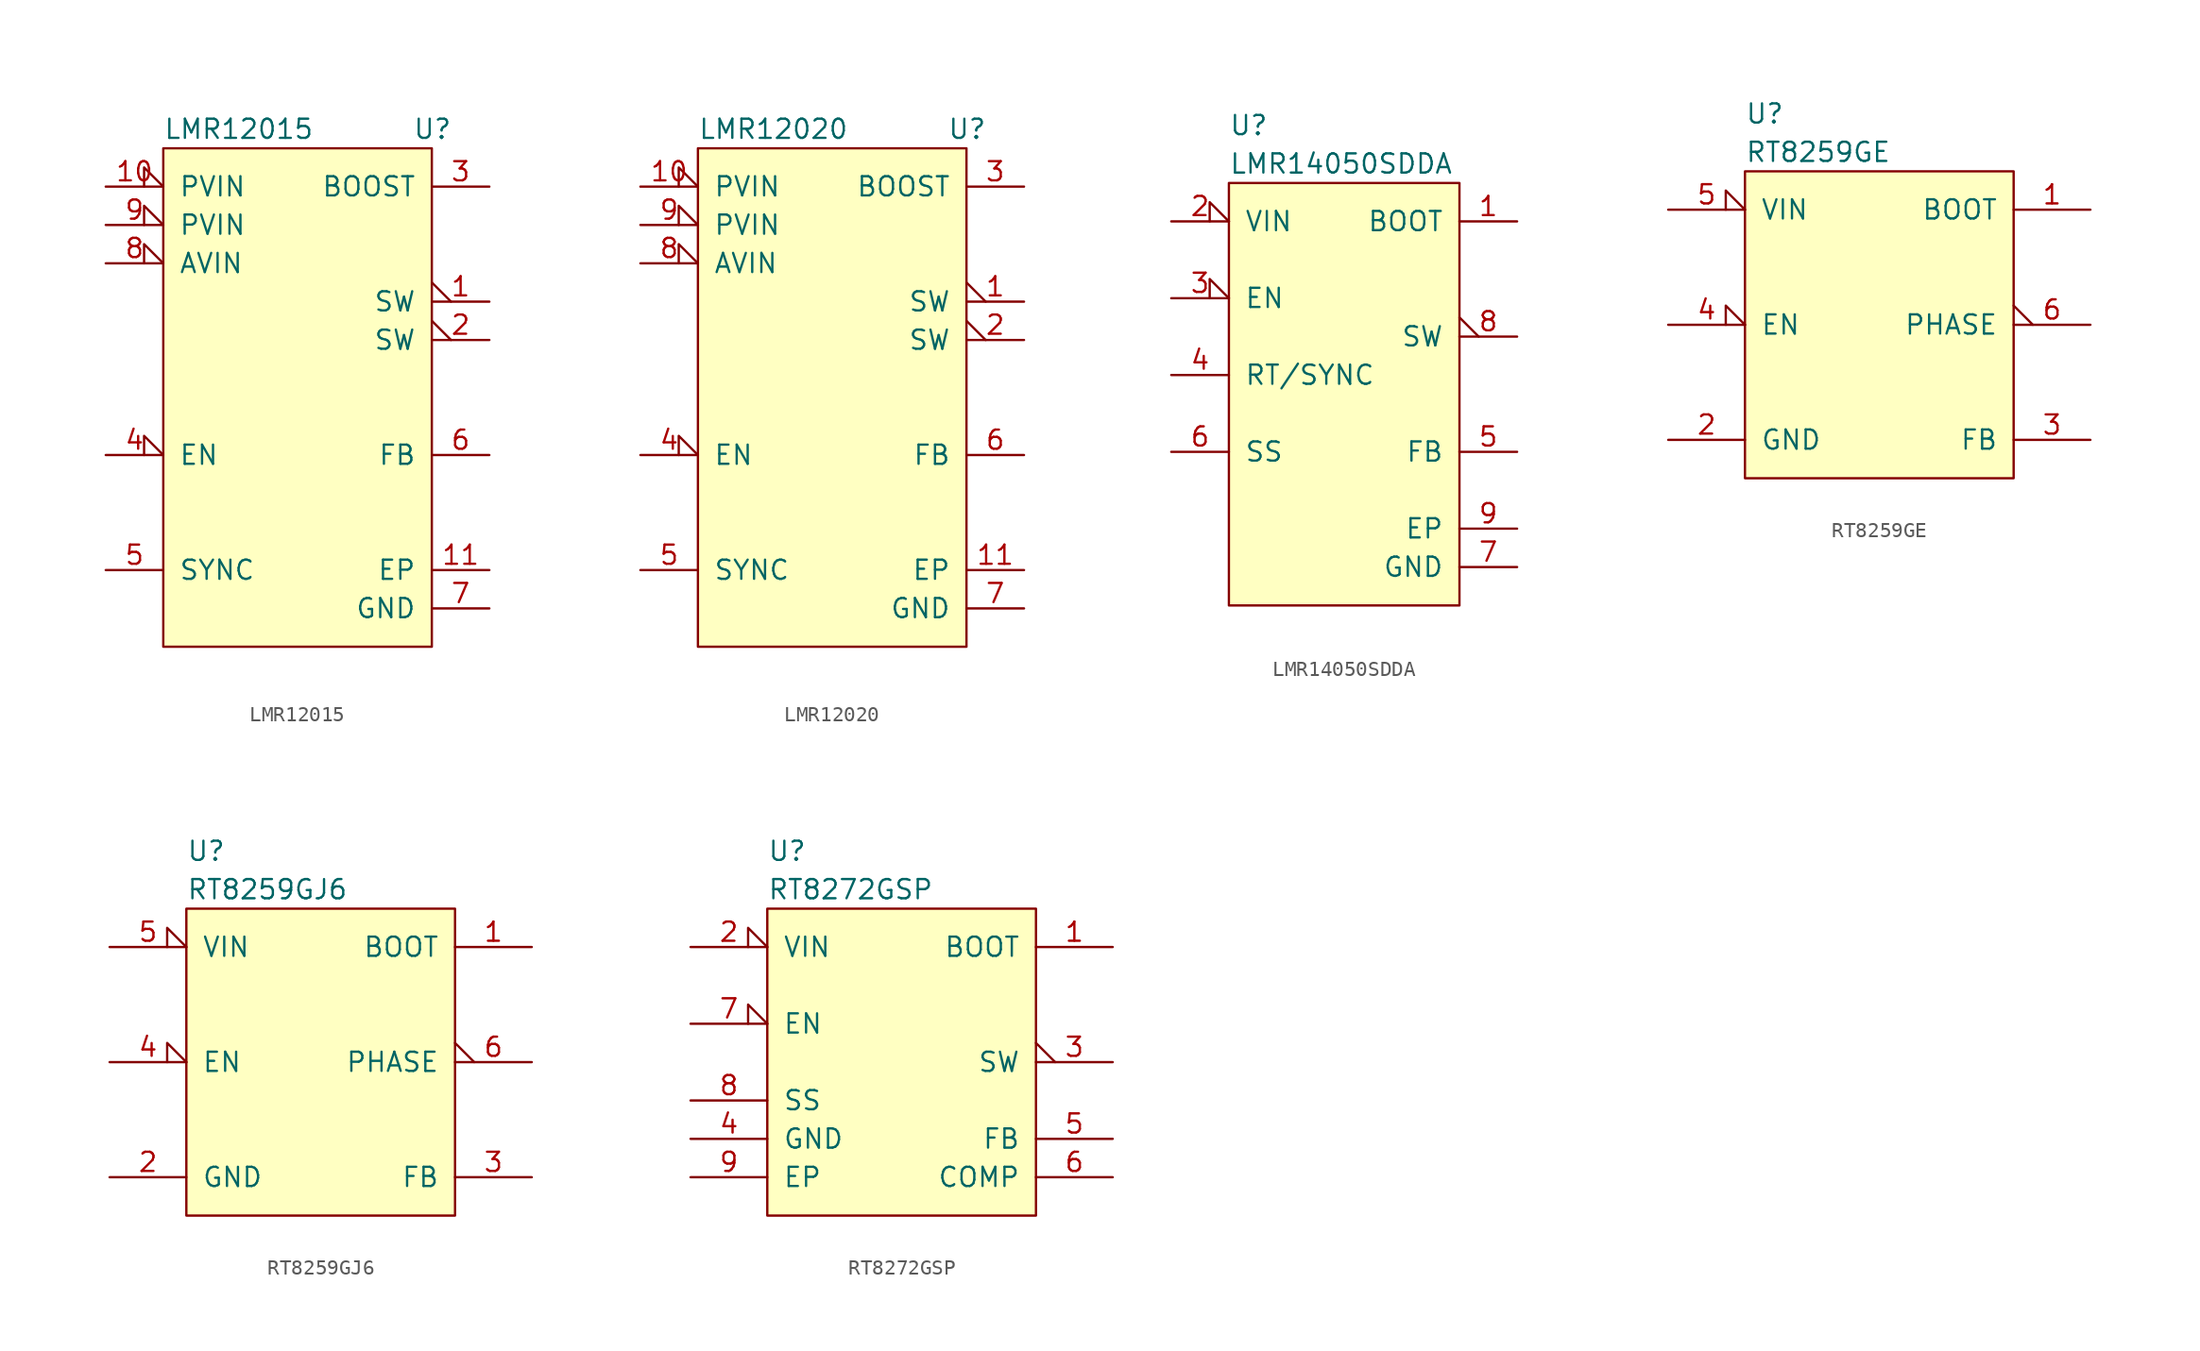
<source format=kicad_sym>
(kicad_symbol_lib
  (version 20211014)
  (generator kicad_symbol_editor)
  (symbol "LMR12015"
    (pin_names
      (offset 1.016))
    (property "Reference" "U"
      (at 7.62 16.51 0)
      (effects (font (size 1.27 1.27)) (justify left)))
    (property "Value" "LMR12015"
      (at -8.89 16.51 0)
      (effects (font (size 1.27 1.27)) (justify left)))
    (symbol "LMR12015_0_0"
      (pin power_out output_low (at 12.7 5.08 180) (length 3.81) (name "SW" (effects (font (size 1.27 1.27)))) (number "1" (effects (font (size 1.27 1.27)))))
      (pin power_in input_low (at -12.7 12.7 0) (length 3.81) (name "PVIN" (effects (font (size 1.27 1.27)))) (number "10" (effects (font (size 1.27 1.27)))))
      (pin power_in line (at 12.7 -12.7 180) (length 3.81) (name "EP" (effects (font (size 1.27 1.27)))) (number "11" (effects (font (size 1.27 1.27)))))
      (pin input line (at 12.7 12.7 180) (length 3.81) (name "BOOST" (effects (font (size 1.27 1.27)))) (number "3" (effects (font (size 1.27 1.27)))))
      (pin input input_low (at -12.7 -5.08 0) (length 3.81) (name "EN" (effects (font (size 1.27 1.27)))) (number "4" (effects (font (size 1.27 1.27)))))
      (pin passive line (at -12.7 -12.7 0) (length 3.81) (name "SYNC" (effects (font (size 1.27 1.27)))) (number "5" (effects (font (size 1.27 1.27)))))
      (pin passive line (at 12.7 -5.08 180) (length 3.81) (name "FB" (effects (font (size 1.27 1.27)))) (number "6" (effects (font (size 1.27 1.27)))))
      (pin power_in line (at 12.7 -15.24 180) (length 3.81) (name "GND" (effects (font (size 1.27 1.27)))) (number "7" (effects (font (size 1.27 1.27))))))
    (symbol "LMR12015_0_1"
      (rectangle (start -8.89 15.24) (end 8.89 -17.78) (stroke (width 0) (type default) (color 0 0 0 0)) (fill (type background))))
    (symbol "LMR12015_1_1"
      (pin power_out output_low (at 12.7 2.54 180) (length 3.81) (name "SW" (effects (font (size 1.27 1.27)))) (number "2" (effects (font (size 1.27 1.27)))))
      (pin power_in input_low (at -12.7 7.62 0) (length 3.81) (name "AVIN" (effects (font (size 1.27 1.27)))) (number "8" (effects (font (size 1.27 1.27)))))
      (pin power_in input_low (at -12.7 10.16 0) (length 3.81) (name "PVIN" (effects (font (size 1.27 1.27)))) (number "9" (effects (font (size 1.27 1.27)))))))
  (symbol "LMR12020"
    (pin_names
      (offset 1.016))
    (property "Reference" "U"
      (at 7.62 16.51 0)
      (effects (font (size 1.27 1.27)) (justify left)))
    (property "Value" "LMR12020"
      (at -8.89 16.51 0)
      (effects (font (size 1.27 1.27)) (justify left)))
    (symbol "LMR12020_0_0"
      (pin power_out output_low (at 12.7 5.08 180) (length 3.81) (name "SW" (effects (font (size 1.27 1.27)))) (number "1" (effects (font (size 1.27 1.27)))))
      (pin power_in input_low (at -12.7 12.7 0) (length 3.81) (name "PVIN" (effects (font (size 1.27 1.27)))) (number "10" (effects (font (size 1.27 1.27)))))
      (pin power_in line (at 12.7 -12.7 180) (length 3.81) (name "EP" (effects (font (size 1.27 1.27)))) (number "11" (effects (font (size 1.27 1.27)))))
      (pin input line (at 12.7 12.7 180) (length 3.81) (name "BOOST" (effects (font (size 1.27 1.27)))) (number "3" (effects (font (size 1.27 1.27)))))
      (pin input input_low (at -12.7 -5.08 0) (length 3.81) (name "EN" (effects (font (size 1.27 1.27)))) (number "4" (effects (font (size 1.27 1.27)))))
      (pin passive line (at -12.7 -12.7 0) (length 3.81) (name "SYNC" (effects (font (size 1.27 1.27)))) (number "5" (effects (font (size 1.27 1.27)))))
      (pin passive line (at 12.7 -5.08 180) (length 3.81) (name "FB" (effects (font (size 1.27 1.27)))) (number "6" (effects (font (size 1.27 1.27)))))
      (pin power_in line (at 12.7 -15.24 180) (length 3.81) (name "GND" (effects (font (size 1.27 1.27)))) (number "7" (effects (font (size 1.27 1.27))))))
    (symbol "LMR12020_0_1"
      (rectangle (start -8.89 15.24) (end 8.89 -17.78) (stroke (width 0) (type default) (color 0 0 0 0)) (fill (type background))))
    (symbol "LMR12020_1_1"
      (pin power_out output_low (at 12.7 2.54 180) (length 3.81) (name "SW" (effects (font (size 1.27 1.27)))) (number "2" (effects (font (size 1.27 1.27)))))
      (pin power_in input_low (at -12.7 7.62 0) (length 3.81) (name "AVIN" (effects (font (size 1.27 1.27)))) (number "8" (effects (font (size 1.27 1.27)))))
      (pin power_in input_low (at -12.7 10.16 0) (length 3.81) (name "PVIN" (effects (font (size 1.27 1.27)))) (number "9" (effects (font (size 1.27 1.27)))))))
  (symbol "LMR14050SDDA"
    (pin_names
      (offset 1.016))
    (property "Reference" "U"
      (at -7.62 17.78 0)
      (effects (font (size 1.27 1.27)) (justify left)))
    (property "Value" "LMR14050SDDA"
      (at -7.62 15.24 0)
      (effects (font (size 1.27 1.27)) (justify left)))
    (symbol "LMR14050SDDA_0_0"
      (pin input line (at 11.43 11.43 180) (length 3.81) (name "BOOT" (effects (font (size 1.27 1.27)))) (number "1" (effects (font (size 1.27 1.27)))))
      (pin power_in input_low (at -11.43 11.43 0) (length 3.81) (name "VIN" (effects (font (size 1.27 1.27)))) (number "2" (effects (font (size 1.27 1.27)))))
      (pin input input_low (at -11.43 6.35 0) (length 3.81) (name "EN" (effects (font (size 1.27 1.27)))) (number "3" (effects (font (size 1.27 1.27)))))
      (pin passive line (at -11.43 1.27 0) (length 3.81) (name "RT/SYNC" (effects (font (size 1.27 1.27)))) (number "4" (effects (font (size 1.27 1.27)))))
      (pin passive line (at 11.43 -3.81 180) (length 3.81) (name "FB" (effects (font (size 1.27 1.27)))) (number "5" (effects (font (size 1.27 1.27)))))
      (pin passive line (at -11.43 -3.81 0) (length 3.81) (name "SS" (effects (font (size 1.27 1.27)))) (number "6" (effects (font (size 1.27 1.27)))))
      (pin power_in line (at 11.43 -11.43 180) (length 3.81) (name "GND" (effects (font (size 1.27 1.27)))) (number "7" (effects (font (size 1.27 1.27)))))
      (pin power_out output_low (at 11.43 3.81 180) (length 3.81) (name "SW" (effects (font (size 1.27 1.27)))) (number "8" (effects (font (size 1.27 1.27)))))
      (pin power_in line (at 11.43 -8.89 180) (length 3.81) (name "EP" (effects (font (size 1.27 1.27)))) (number "9" (effects (font (size 1.27 1.27))))))
    (symbol "LMR14050SDDA_0_1"
      (rectangle (start -7.62 13.97) (end 7.62 -13.97) (stroke (width 0) (type default) (color 0 0 0 0)) (fill (type background)))))
  (symbol "RT8259GE"
    (pin_names
      (offset 1.016))
    (property "Reference" "U"
      (at -8.89 13.97 0)
      (effects (font (size 1.27 1.27)) (justify left)))
    (property "Value" "RT8259GE"
      (at -8.89 11.43 0)
      (effects (font (size 1.27 1.27)) (justify left)))
    (symbol "RT8259GE_0_0"
      (pin input line (at 13.97 7.62 180) (length 5.08) (name "BOOT" (effects (font (size 1.27 1.27)))) (number "1" (effects (font (size 1.27 1.27)))))
      (pin power_in line (at -13.97 -7.62 0) (length 5.08) (name "GND" (effects (font (size 1.27 1.27)))) (number "2" (effects (font (size 1.27 1.27)))))
      (pin passive line (at 13.97 -7.62 180) (length 5.08) (name "FB" (effects (font (size 1.27 1.27)))) (number "3" (effects (font (size 1.27 1.27)))))
      (pin input input_low (at -13.97 0 0) (length 5.08) (name "EN" (effects (font (size 1.27 1.27)))) (number "4" (effects (font (size 1.27 1.27)))))
      (pin power_in input_low (at -13.97 7.62 0) (length 5.08) (name "VIN" (effects (font (size 1.27 1.27)))) (number "5" (effects (font (size 1.27 1.27)))))
      (pin power_out output_low (at 13.97 0 180) (length 5.08) (name "PHASE" (effects (font (size 1.27 1.27)))) (number "6" (effects (font (size 1.27 1.27))))))
    (symbol "RT8259GE_0_1"
      (rectangle (start -8.89 10.16) (end 8.89 -10.16) (stroke (width 0) (type default) (color 0 0 0 0)) (fill (type background)))))
  (symbol "RT8259GJ6"
    (pin_names
      (offset 1.016))
    (property "Reference" "U"
      (at -8.89 13.97 0)
      (effects (font (size 1.27 1.27)) (justify left)))
    (property "Value" "RT8259GJ6"
      (at -8.89 11.43 0)
      (effects (font (size 1.27 1.27)) (justify left)))
    (symbol "RT8259GJ6_0_0"
      (pin input line (at 13.97 7.62 180) (length 5.08) (name "BOOT" (effects (font (size 1.27 1.27)))) (number "1" (effects (font (size 1.27 1.27)))))
      (pin power_in line (at -13.97 -7.62 0) (length 5.08) (name "GND" (effects (font (size 1.27 1.27)))) (number "2" (effects (font (size 1.27 1.27)))))
      (pin passive line (at 13.97 -7.62 180) (length 5.08) (name "FB" (effects (font (size 1.27 1.27)))) (number "3" (effects (font (size 1.27 1.27)))))
      (pin input input_low (at -13.97 0 0) (length 5.08) (name "EN" (effects (font (size 1.27 1.27)))) (number "4" (effects (font (size 1.27 1.27)))))
      (pin power_in input_low (at -13.97 7.62 0) (length 5.08) (name "VIN" (effects (font (size 1.27 1.27)))) (number "5" (effects (font (size 1.27 1.27)))))
      (pin power_out output_low (at 13.97 0 180) (length 5.08) (name "PHASE" (effects (font (size 1.27 1.27)))) (number "6" (effects (font (size 1.27 1.27))))))
    (symbol "RT8259GJ6_0_1"
      (rectangle (start -8.89 10.16) (end 8.89 -10.16) (stroke (width 0) (type default) (color 0 0 0 0)) (fill (type background)))))
  (symbol "RT8272GSP"
    (pin_names
      (offset 1.016))
    (property "Reference" "U"
      (at 0 3.81 0)
      (effects (font (size 1.27 1.27)) (justify left)))
    (property "Value" "RT8272GSP"
      (at 0 1.27 0)
      (effects (font (size 1.27 1.27)) (justify left)))
    (symbol "RT8272GSP_0_0"
      (pin input line (at 22.86 -2.54 180) (length 5.08) (name "BOOT" (effects (font (size 1.27 1.27)))) (number "1" (effects (font (size 1.27 1.27)))))
      (pin power_in input_low (at -5.08 -2.54 0) (length 5.08) (name "VIN" (effects (font (size 1.27 1.27)))) (number "2" (effects (font (size 1.27 1.27)))))
      (pin power_out output_low (at 22.86 -10.16 180) (length 5.08) (name "SW" (effects (font (size 1.27 1.27)))) (number "3" (effects (font (size 1.27 1.27)))))
      (pin power_in line (at -5.08 -15.24 0) (length 5.08) (name "GND" (effects (font (size 1.27 1.27)))) (number "4" (effects (font (size 1.27 1.27)))))
      (pin passive line (at 22.86 -15.24 180) (length 5.08) (name "FB" (effects (font (size 1.27 1.27)))) (number "5" (effects (font (size 1.27 1.27)))))
      (pin passive line (at 22.86 -17.78 180) (length 5.08) (name "COMP" (effects (font (size 1.27 1.27)))) (number "6" (effects (font (size 1.27 1.27)))))
      (pin input input_low (at -5.08 -7.62 0) (length 5.08) (name "EN" (effects (font (size 1.27 1.27)))) (number "7" (effects (font (size 1.27 1.27)))))
      (pin passive line (at -5.08 -12.7 0) (length 5.08) (name "SS" (effects (font (size 1.27 1.27)))) (number "8" (effects (font (size 1.27 1.27)))))
      (pin power_in line (at -5.08 -17.78 0) (length 5.08) (name "EP" (effects (font (size 1.27 1.27)))) (number "9" (effects (font (size 1.27 1.27))))))
    (symbol "RT8272GSP_0_1"
      (rectangle (start 0 0) (end 17.78 -20.32) (stroke (width 0) (type default) (color 0 0 0 0)) (fill (type background))))))
</source>
